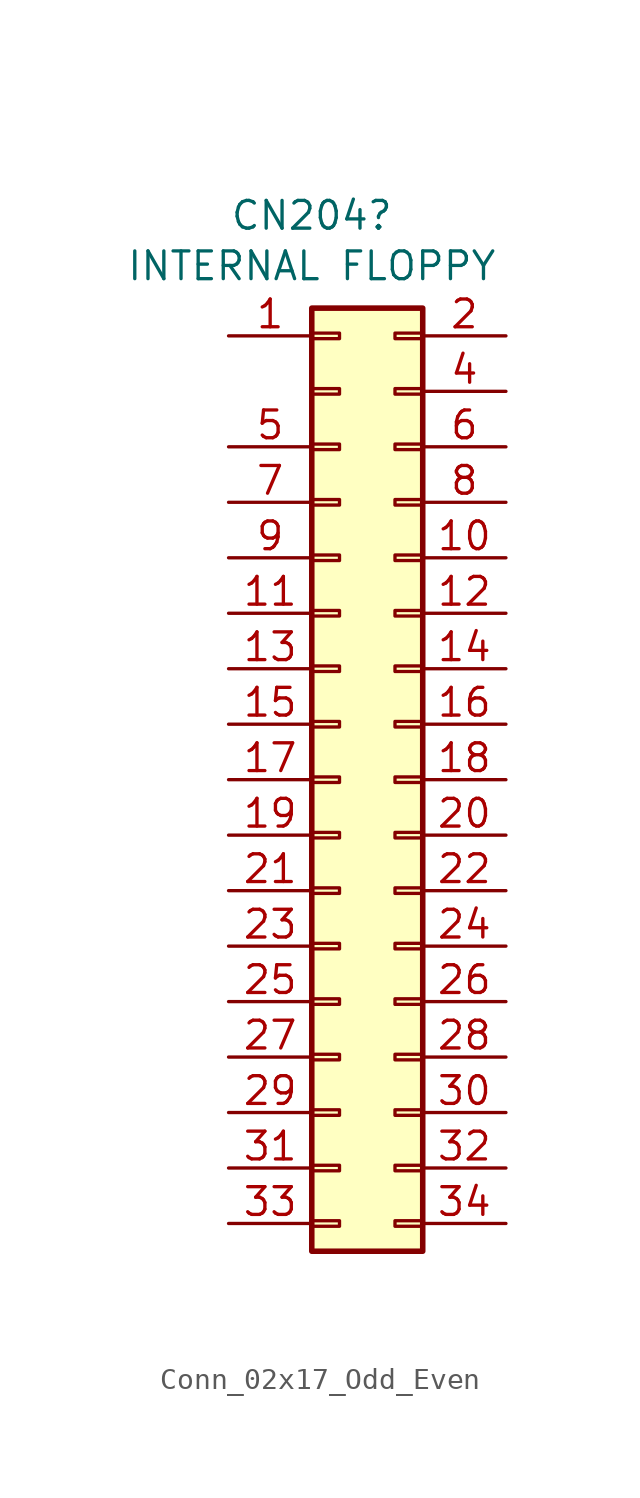
<source format=kicad_sym>
(kicad_symbol_lib
  (version 20220914)
  (generator kicad_symbol_editor)
  (symbol "Conn_02x17_Odd_Even"
    (pin_names
      (offset 1.016) hide)
    (property "Reference" "CN204"
      (at -1.27 25.832 0)
      (effects (font (size 1.27 1.27))))
    (property "Value" "INTERNAL FLOPPY"
      (at -1.27 23.52 0)
      (effects (font (size 1.27 1.27))))
    (symbol "Conn_02x17_Odd_Even_1_1"
      (rectangle (start -1.27 -20.193) (end 0 -20.447) (stroke (width 0.152) (type default)) (fill (type none)))
      (rectangle (start -1.27 -17.653) (end 0 -17.907) (stroke (width 0.152) (type default)) (fill (type none)))
      (rectangle (start -1.27 -15.113) (end 0 -15.367) (stroke (width 0.152) (type default)) (fill (type none)))
      (rectangle (start -1.27 -12.573) (end 0 -12.827) (stroke (width 0.152) (type default)) (fill (type none)))
      (rectangle (start -1.27 -10.033) (end 0 -10.287) (stroke (width 0.152) (type default)) (fill (type none)))
      (rectangle (start -1.27 -7.493) (end 0 -7.747) (stroke (width 0.152) (type default)) (fill (type none)))
      (rectangle (start -1.27 -4.953) (end 0 -5.207) (stroke (width 0.152) (type default)) (fill (type none)))
      (rectangle (start -1.27 -2.413) (end 0 -2.667) (stroke (width 0.152) (type default)) (fill (type none)))
      (rectangle (start -1.27 0.127) (end 0 -0.127) (stroke (width 0.152) (type default)) (fill (type none)))
      (rectangle (start -1.27 2.667) (end 0 2.413) (stroke (width 0.152) (type default)) (fill (type none)))
      (rectangle (start -1.27 5.207) (end 0 4.953) (stroke (width 0.152) (type default)) (fill (type none)))
      (rectangle (start -1.27 7.747) (end 0 7.493) (stroke (width 0.152) (type default)) (fill (type none)))
      (rectangle (start -1.27 10.287) (end 0 10.033) (stroke (width 0.152) (type default)) (fill (type none)))
      (rectangle (start -1.27 12.827) (end 0 12.573) (stroke (width 0.152) (type default)) (fill (type none)))
      (rectangle (start -1.27 15.367) (end 0 15.113) (stroke (width 0.152) (type default)) (fill (type none)))
      (rectangle (start -1.27 17.907) (end 0 17.653) (stroke (width 0.152) (type default)) (fill (type none)))
      (rectangle (start -1.27 20.447) (end 0 20.193) (stroke (width 0.152) (type default)) (fill (type none)))
      (rectangle (start -1.27 21.59) (end 3.81 -21.59) (stroke (width 0.254) (type default)) (fill (type background)))
      (rectangle (start 3.81 -20.193) (end 2.54 -20.447) (stroke (width 0.152) (type default)) (fill (type none)))
      (rectangle (start 3.81 -17.653) (end 2.54 -17.907) (stroke (width 0.152) (type default)) (fill (type none)))
      (rectangle (start 3.81 -15.113) (end 2.54 -15.367) (stroke (width 0.152) (type default)) (fill (type none)))
      (rectangle (start 3.81 -12.573) (end 2.54 -12.827) (stroke (width 0.152) (type default)) (fill (type none)))
      (rectangle (start 3.81 -10.033) (end 2.54 -10.287) (stroke (width 0.152) (type default)) (fill (type none)))
      (rectangle (start 3.81 -7.493) (end 2.54 -7.747) (stroke (width 0.152) (type default)) (fill (type none)))
      (rectangle (start 3.81 -4.953) (end 2.54 -5.207) (stroke (width 0.152) (type default)) (fill (type none)))
      (rectangle (start 3.81 -2.413) (end 2.54 -2.667) (stroke (width 0.152) (type default)) (fill (type none)))
      (rectangle (start 3.81 0.127) (end 2.54 -0.127) (stroke (width 0.152) (type default)) (fill (type none)))
      (rectangle (start 3.81 2.667) (end 2.54 2.413) (stroke (width 0.152) (type default)) (fill (type none)))
      (rectangle (start 3.81 5.207) (end 2.54 4.953) (stroke (width 0.152) (type default)) (fill (type none)))
      (rectangle (start 3.81 7.747) (end 2.54 7.493) (stroke (width 0.152) (type default)) (fill (type none)))
      (rectangle (start 3.81 10.287) (end 2.54 10.033) (stroke (width 0.152) (type default)) (fill (type none)))
      (rectangle (start 3.81 12.827) (end 2.54 12.573) (stroke (width 0.152) (type default)) (fill (type none)))
      (rectangle (start 3.81 15.367) (end 2.54 15.113) (stroke (width 0.152) (type default)) (fill (type none)))
      (rectangle (start 3.81 17.907) (end 2.54 17.653) (stroke (width 0.152) (type default)) (fill (type none)))
      (rectangle (start 3.81 20.447) (end 2.54 20.193) (stroke (width 0.152) (type default)) (fill (type none)))
      (pin passive line (at -5.08 20.32 0) (length 3.81) (name "Pin_1" (effects (font (size 1.27 1.27)))) (number "1" (effects (font (size 1.27 1.27)))))
      (pin passive line (at 7.62 10.16 180) (length 3.81) (name "Pin_10" (effects (font (size 1.27 1.27)))) (number "10" (effects (font (size 1.27 1.27)))))
      (pin passive line (at -5.08 7.62 0) (length 3.81) (name "Pin_11" (effects (font (size 1.27 1.27)))) (number "11" (effects (font (size 1.27 1.27)))))
      (pin passive line (at 7.62 7.62 180) (length 3.81) (name "Pin_12" (effects (font (size 1.27 1.27)))) (number "12" (effects (font (size 1.27 1.27)))))
      (pin passive line (at -5.08 5.08 0) (length 3.81) (name "Pin_13" (effects (font (size 1.27 1.27)))) (number "13" (effects (font (size 1.27 1.27)))))
      (pin passive line (at 7.62 5.08 180) (length 3.81) (name "Pin_14" (effects (font (size 1.27 1.27)))) (number "14" (effects (font (size 1.27 1.27)))))
      (pin passive line (at -5.08 2.54 0) (length 3.81) (name "Pin_15" (effects (font (size 1.27 1.27)))) (number "15" (effects (font (size 1.27 1.27)))))
      (pin passive line (at 7.62 2.54 180) (length 3.81) (name "Pin_16" (effects (font (size 1.27 1.27)))) (number "16" (effects (font (size 1.27 1.27)))))
      (pin passive line (at -5.08 0 0) (length 3.81) (name "Pin_17" (effects (font (size 1.27 1.27)))) (number "17" (effects (font (size 1.27 1.27)))))
      (pin passive line (at 7.62 0 180) (length 3.81) (name "Pin_18" (effects (font (size 1.27 1.27)))) (number "18" (effects (font (size 1.27 1.27)))))
      (pin passive line (at -5.08 -2.54 0) (length 3.81) (name "Pin_19" (effects (font (size 1.27 1.27)))) (number "19" (effects (font (size 1.27 1.27)))))
      (pin passive line (at 7.62 20.32 180) (length 3.81) (name "Pin_2" (effects (font (size 1.27 1.27)))) (number "2" (effects (font (size 1.27 1.27)))))
      (pin passive line (at 7.62 -2.54 180) (length 3.81) (name "Pin_20" (effects (font (size 1.27 1.27)))) (number "20" (effects (font (size 1.27 1.27)))))
      (pin passive line (at -5.08 -5.08 0) (length 3.81) (name "Pin_21" (effects (font (size 1.27 1.27)))) (number "21" (effects (font (size 1.27 1.27)))))
      (pin passive line (at 7.62 -5.08 180) (length 3.81) (name "Pin_22" (effects (font (size 1.27 1.27)))) (number "22" (effects (font (size 1.27 1.27)))))
      (pin passive line (at -5.08 -7.62 0) (length 3.81) (name "Pin_23" (effects (font (size 1.27 1.27)))) (number "23" (effects (font (size 1.27 1.27)))))
      (pin passive line (at 7.62 -7.62 180) (length 3.81) (name "Pin_24" (effects (font (size 1.27 1.27)))) (number "24" (effects (font (size 1.27 1.27)))))
      (pin passive line (at -5.08 -10.16 0) (length 3.81) (name "Pin_25" (effects (font (size 1.27 1.27)))) (number "25" (effects (font (size 1.27 1.27)))))
      (pin passive line (at 7.62 -10.16 180) (length 3.81) (name "Pin_26" (effects (font (size 1.27 1.27)))) (number "26" (effects (font (size 1.27 1.27)))))
      (pin passive line (at -5.08 -12.7 0) (length 3.81) (name "Pin_27" (effects (font (size 1.27 1.27)))) (number "27" (effects (font (size 1.27 1.27)))))
      (pin passive line (at 7.62 -12.7 180) (length 3.81) (name "Pin_28" (effects (font (size 1.27 1.27)))) (number "28" (effects (font (size 1.27 1.27)))))
      (pin passive line (at -5.08 -15.24 0) (length 3.81) (name "Pin_29" (effects (font (size 1.27 1.27)))) (number "29" (effects (font (size 1.27 1.27)))))
      (pin passive line (at 7.62 -15.24 180) (length 3.81) (name "Pin_30" (effects (font (size 1.27 1.27)))) (number "30" (effects (font (size 1.27 1.27)))))
      (pin passive line (at -5.08 -17.78 0) (length 3.81) (name "Pin_31" (effects (font (size 1.27 1.27)))) (number "31" (effects (font (size 1.27 1.27)))))
      (pin passive line (at 7.62 -17.78 180) (length 3.81) (name "Pin_32" (effects (font (size 1.27 1.27)))) (number "32" (effects (font (size 1.27 1.27)))))
      (pin passive line (at -5.08 -20.32 0) (length 3.81) (name "Pin_33" (effects (font (size 1.27 1.27)))) (number "33" (effects (font (size 1.27 1.27)))))
      (pin passive line (at 7.62 -20.32 180) (length 3.81) (name "Pin_34" (effects (font (size 1.27 1.27)))) (number "34" (effects (font (size 1.27 1.27)))))
      (pin passive line (at 7.62 17.78 180) (length 3.81) (name "Pin_4" (effects (font (size 1.27 1.27)))) (number "4" (effects (font (size 1.27 1.27)))))
      (pin passive line (at -5.08 15.24 0) (length 3.81) (name "Pin_5" (effects (font (size 1.27 1.27)))) (number "5" (effects (font (size 1.27 1.27)))))
      (pin passive line (at 7.62 15.24 180) (length 3.81) (name "Pin_6" (effects (font (size 1.27 1.27)))) (number "6" (effects (font (size 1.27 1.27)))))
      (pin passive line (at -5.08 12.7 0) (length 3.81) (name "Pin_7" (effects (font (size 1.27 1.27)))) (number "7" (effects (font (size 1.27 1.27)))))
      (pin passive line (at 7.62 12.7 180) (length 3.81) (name "Pin_8" (effects (font (size 1.27 1.27)))) (number "8" (effects (font (size 1.27 1.27)))))
      (pin passive line (at -5.08 10.16 0) (length 3.81) (name "Pin_9" (effects (font (size 1.27 1.27)))) (number "9" (effects (font (size 1.27 1.27))))))))
</source>
